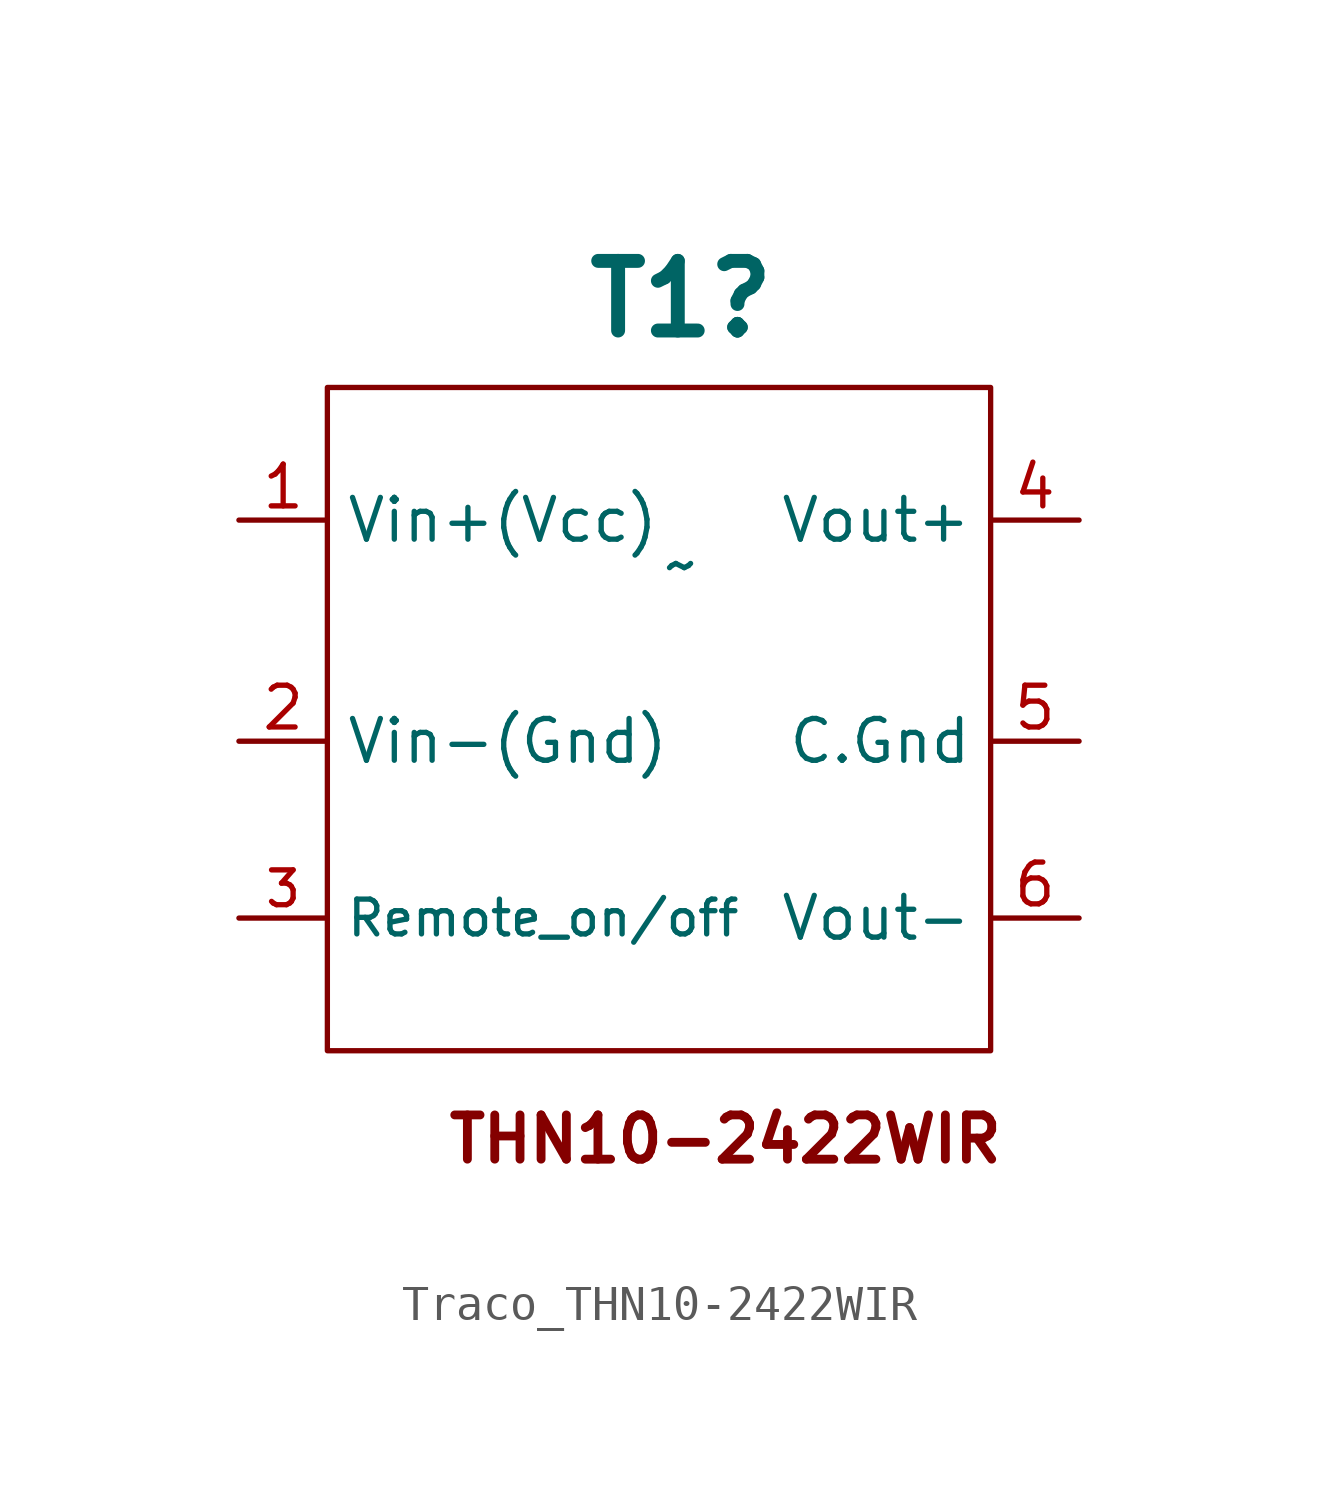
<source format=kicad_sym>
(kicad_symbol_lib
  (version 20220914)
  (generator kicad_symbol_editor)
  (symbol "Traco_THN10-2422WIR"
    (property "Reference" "T1"
      (at 0 7.62 0)
      (effects (font (size 2 2) bold)))
    (property "Value" "~"
      (at 0 0 0)
      (effects (font (size 1.27 1.27))))
    (symbol "Traco_THN10-2422WIR_0_1"
      (rectangle (start -10.16 5.08) (end 8.89 -13.97) (stroke (width 0) (type default)) (fill (type none))))
    (symbol "Traco_THN10-2422WIR_1_1"
      (text "THN10-2422WIR" (at 1.27 -16.51 0) (effects (font (size 1.27 1.27) bold)))
      (pin input line (at -12.7 1.27 0) (length 2.54) (name "Vin+(Vcc)" (effects (font (size 1.2 1.2)))) (number "1" (effects (font (size 1.2 1.2)))))
      (pin input line (at -12.7 -5.08 0) (length 2.54) (name "Vin-(Gnd)" (effects (font (size 1.2 1.2)))) (number "2" (effects (font (size 1.2 1.2)))))
      (pin input line (at -12.7 -10.16 0) (length 2.54) (name "Remote_on/off" (effects (font (size 1 1)))) (number "3" (effects (font (size 1 1)))))
      (pin power_out line (at 11.43 1.27 180) (length 2.54) (name "Vout+" (effects (font (size 1.2 1.2)))) (number "4" (effects (font (size 1.2 1.2)))))
      (pin passive line (at 11.43 -5.08 180) (length 2.54) (name "C.Gnd" (effects (font (size 1.2 1.2)))) (number "5" (effects (font (size 1.2 1.2)))))
      (pin power_out line (at 11.43 -10.16 180) (length 2.54) (name "Vout-" (effects (font (size 1.2 1.2)))) (number "6" (effects (font (size 1.2 1.2))))))))
</source>
